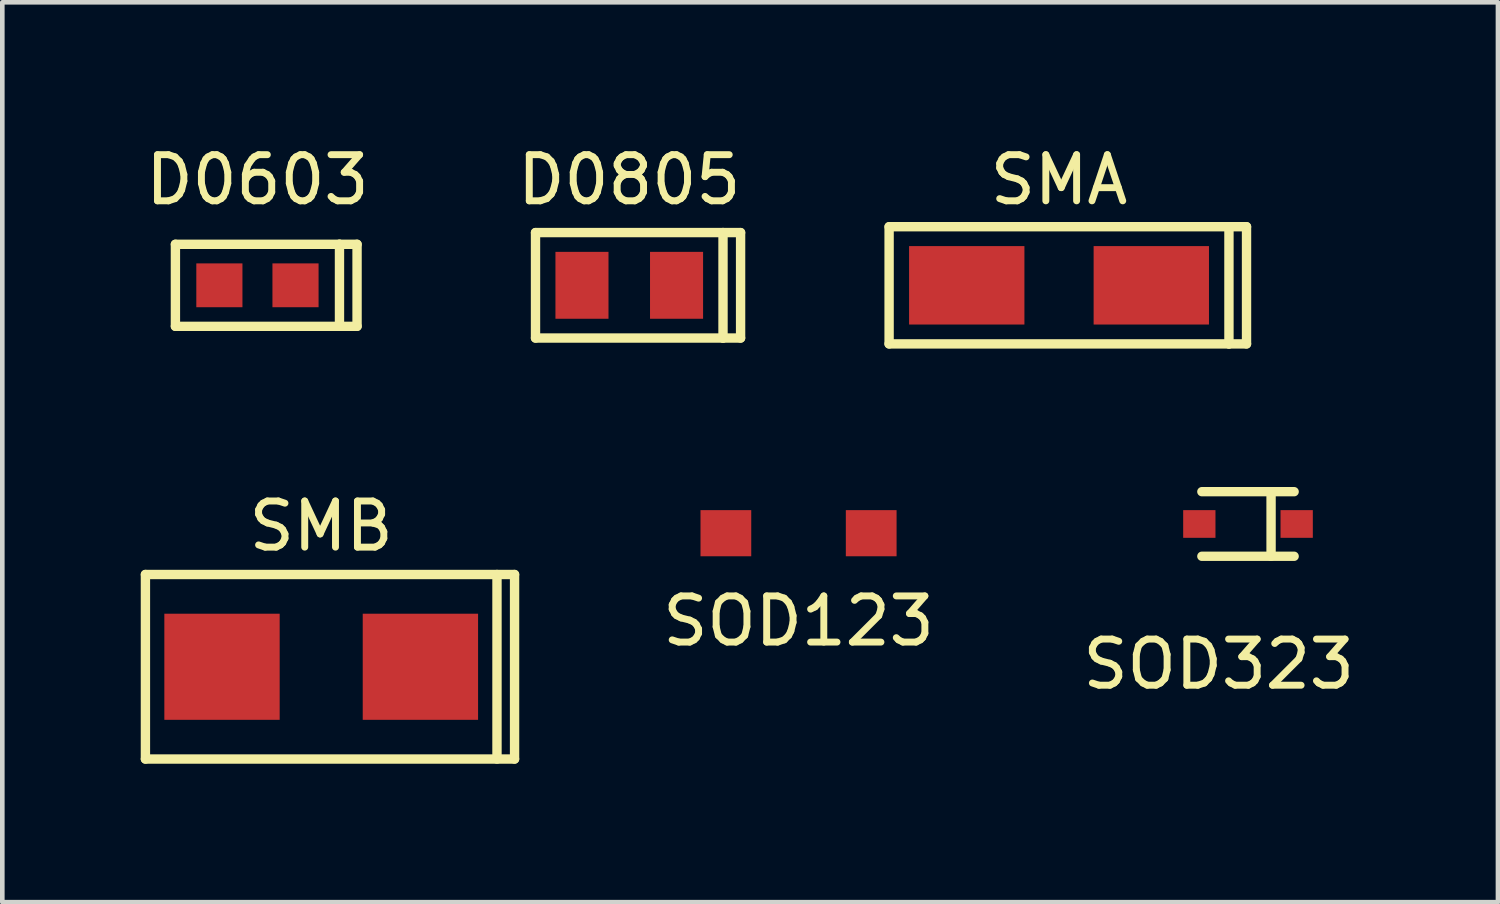
<source format=kicad_pcb>
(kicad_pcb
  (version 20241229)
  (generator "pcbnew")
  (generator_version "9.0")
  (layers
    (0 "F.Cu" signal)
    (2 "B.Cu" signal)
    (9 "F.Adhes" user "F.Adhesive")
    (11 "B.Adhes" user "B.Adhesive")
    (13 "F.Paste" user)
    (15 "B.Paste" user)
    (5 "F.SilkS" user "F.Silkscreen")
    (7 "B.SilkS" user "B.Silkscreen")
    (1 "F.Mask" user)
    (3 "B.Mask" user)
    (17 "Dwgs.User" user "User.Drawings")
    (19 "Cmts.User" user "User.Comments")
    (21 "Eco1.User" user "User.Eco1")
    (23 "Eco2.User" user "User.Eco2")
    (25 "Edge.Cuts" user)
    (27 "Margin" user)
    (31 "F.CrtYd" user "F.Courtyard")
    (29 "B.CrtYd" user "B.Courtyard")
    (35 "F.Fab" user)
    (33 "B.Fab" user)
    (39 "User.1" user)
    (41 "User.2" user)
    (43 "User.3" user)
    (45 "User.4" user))
  (footprint "SMA"
    (layer "F.Cu")
    (at 19.904 3.134)
    (property "Reference" "SMA" (at 0 -2.286 0) (layer "F.SilkS") (effects (font (size 1 1) (thickness 0.15))))
    (attr through_hole)
    (fp_line (start -3.683 -1.27) (end 3.683 -1.27) (stroke (width 0.203) (type solid)) (layer "F.SilkS"))
    (fp_line (start -3.683 1.27) (end -3.683 -1.27) (stroke (width 0.203) (type solid)) (layer "F.SilkS"))
    (fp_line (start 3.683 -1.27) (end 3.683 1.27) (stroke (width 0.203) (type solid)) (layer "F.SilkS"))
    (fp_line (start 3.683 -1.27) (end 4.064 -1.27) (stroke (width 0.203) (type solid)) (layer "F.SilkS"))
    (fp_line (start 3.683 1.27) (end -3.683 1.27) (stroke (width 0.203) (type solid)) (layer "F.SilkS"))
    (fp_line (start 4.064 -1.27) (end 4.064 1.27) (stroke (width 0.203) (type solid)) (layer "F.SilkS"))
    (fp_line (start 4.064 1.27) (end 3.683 1.27) (stroke (width 0.203) (type solid)) (layer "F.SilkS"))
    (pad "A" smd rect (at -2 0) (size 2.5 1.7) (layers "F.Cu" "F.Mask" "F.Paste"))
    (pad "C" smd rect (at 2 0) (size 2.5 1.7) (layers "F.Cu" "F.Mask" "F.Paste")))
  (footprint "D0603"
    (layer "F.Cu")
    (at 2.53 3.134)
    (property "Reference" "D0603" (at 0 -2.286 0) (layer "F.SilkS") (effects (font (size 1 1) (thickness 0.15))))
    (attr through_hole)
    (fp_line (start -1.778 -0.889) (end 1.778 -0.889) (stroke (width 0.203) (type solid)) (layer "F.SilkS"))
    (fp_line (start -1.778 0.889) (end -1.778 -0.889) (stroke (width 0.203) (type solid)) (layer "F.SilkS"))
    (fp_line (start 1.778 -0.889) (end 1.778 0.889) (stroke (width 0.203) (type solid)) (layer "F.SilkS"))
    (fp_line (start 1.778 -0.889) (end 2.159 -0.889) (stroke (width 0.203) (type solid)) (layer "F.SilkS"))
    (fp_line (start 1.778 0.889) (end -1.778 0.889) (stroke (width 0.203) (type solid)) (layer "F.SilkS"))
    (fp_line (start 2.159 -0.889) (end 2.159 0.889) (stroke (width 0.203) (type solid)) (layer "F.SilkS"))
    (fp_line (start 2.159 0.889) (end 1.778 0.889) (stroke (width 0.203) (type solid)) (layer "F.SilkS"))
    (pad "A" smd rect (at -0.825 0) (size 1 0.95) (layers "F.Cu" "F.Mask" "F.Paste"))
    (pad "C" smd rect (at 0.825 0) (size 1 0.95) (layers "F.Cu" "F.Mask" "F.Paste")))
  (footprint "D0805"
    (layer "F.Cu")
    (at 10.589 3.134)
    (property "Reference" "D0805" (at 0 -2.286 0) (layer "F.SilkS") (effects (font (size 1 1) (thickness 0.15))))
    (attr through_hole)
    (fp_line (start -2.032 -1.143) (end 2.032 -1.143) (stroke (width 0.203) (type solid)) (layer "F.SilkS"))
    (fp_line (start -2.032 1.143) (end -2.032 -1.143) (stroke (width 0.203) (type solid)) (layer "F.SilkS"))
    (fp_line (start 2.032 -1.143) (end 2.032 1.143) (stroke (width 0.203) (type solid)) (layer "F.SilkS"))
    (fp_line (start 2.032 -1.143) (end 2.413 -1.143) (stroke (width 0.203) (type solid)) (layer "F.SilkS"))
    (fp_line (start 2.032 1.143) (end -2.032 1.143) (stroke (width 0.203) (type solid)) (layer "F.SilkS"))
    (fp_line (start 2.413 -1.143) (end 2.413 1.143) (stroke (width 0.203) (type solid)) (layer "F.SilkS"))
    (fp_line (start 2.413 1.143) (end 2.032 1.143) (stroke (width 0.203) (type solid)) (layer "F.SilkS"))
    (pad "A" smd rect (at -1.025 0) (size 1.15 1.45) (layers "F.Cu" "F.Mask" "F.Paste"))
    (pad "C" smd rect (at 1.025 0) (size 1.15 1.45) (layers "F.Cu" "F.Mask" "F.Paste")))
  (footprint "SOD123"
    (layer "F.Cu")
    (at 14.258 8.507)
    (property "Reference" "SOD123" (at 0 1.905 0) (layer "F.SilkS") (effects (font (size 1 1) (thickness 0.15))))
    (attr through_hole)
    (fp_line (start -1.4 -0.9) (end 1.4 -0.9) (stroke (width 0.203) (type solid)) (layer "B.Paste"))
    (fp_line (start -1.4 0.9) (end 1.4 0.9) (stroke (width 0.203) (type solid)) (layer "B.Paste"))
    (fp_line (start 0.635 -0.9) (end 0.635 0.9) (stroke (width 0.203) (type solid)) (layer "B.Paste"))
    (pad "A" smd rect (at -1.575 0) (size 1.1 1) (layers "F.Cu" "F.Mask" "F.Paste"))
    (pad "C" smd rect (at 1.575 0) (size 1.1 1) (layers "F.Cu" "F.Mask" "F.Paste")))
  (footprint "SOD323"
    (layer "F.Cu")
    (at 24 8.307)
    (property "Reference" "SOD323" (at -0.635 3.04 0) (layer "F.SilkS") (effects (font (size 1 1) (thickness 0.15))))
    (attr through_hole)
    (fp_line (start -1 -0.7) (end 1 -0.7) (stroke (width 0.203) (type solid)) (layer "F.SilkS"))
    (fp_line (start -1 0.7) (end 1 0.7) (stroke (width 0.203) (type solid)) (layer "F.SilkS"))
    (fp_line (start 0.5 -0.7) (end 0.5 0.7) (stroke (width 0.203) (type solid)) (layer "F.SilkS"))
    (pad "A" smd rect (at -1.055 0) (size 0.7 0.6) (layers "F.Cu" "F.Mask" "F.Paste"))
    (pad "C" smd rect (at 1.055 0) (size 0.7 0.6) (layers "F.Cu" "F.Mask" "F.Paste")))
  (footprint "SMB"
    (layer "F.Cu")
    (at 3.912 11.402)
    (property "Reference" "SMB" (at 0 -3.048 0) (layer "F.SilkS") (effects (font (size 1 1) (thickness 0.15))))
    (attr through_hole)
    (fp_line (start -3.81 -2) (end -3.81 2) (stroke (width 0.203) (type solid)) (layer "F.SilkS"))
    (fp_line (start -3.81 -2) (end 4.191 -2) (stroke (width 0.203) (type solid)) (layer "F.SilkS"))
    (fp_line (start 3.81 -2) (end 3.81 2) (stroke (width 0.203) (type solid)) (layer "F.SilkS"))
    (fp_line (start 4.191 -2) (end 4.191 2) (stroke (width 0.203) (type solid)) (layer "F.SilkS"))
    (fp_line (start 4.191 2) (end -3.81 2) (stroke (width 0.203) (type solid)) (layer "F.SilkS"))
    (pad "A" smd rect (at -2.15 0) (size 2.5 2.3) (layers "F.Cu" "F.Mask" "F.Paste"))
    (pad "C" smd rect (at 2.15 0) (size 2.5 2.3) (layers "F.Cu" "F.Mask" "F.Paste")))
  (gr_rect
    (start -3 -3)
    (end 29.418 16.504)
    (stroke (width 0.1) (type default))
    (fill no)
    (layer "Edge.Cuts")))
</source>
